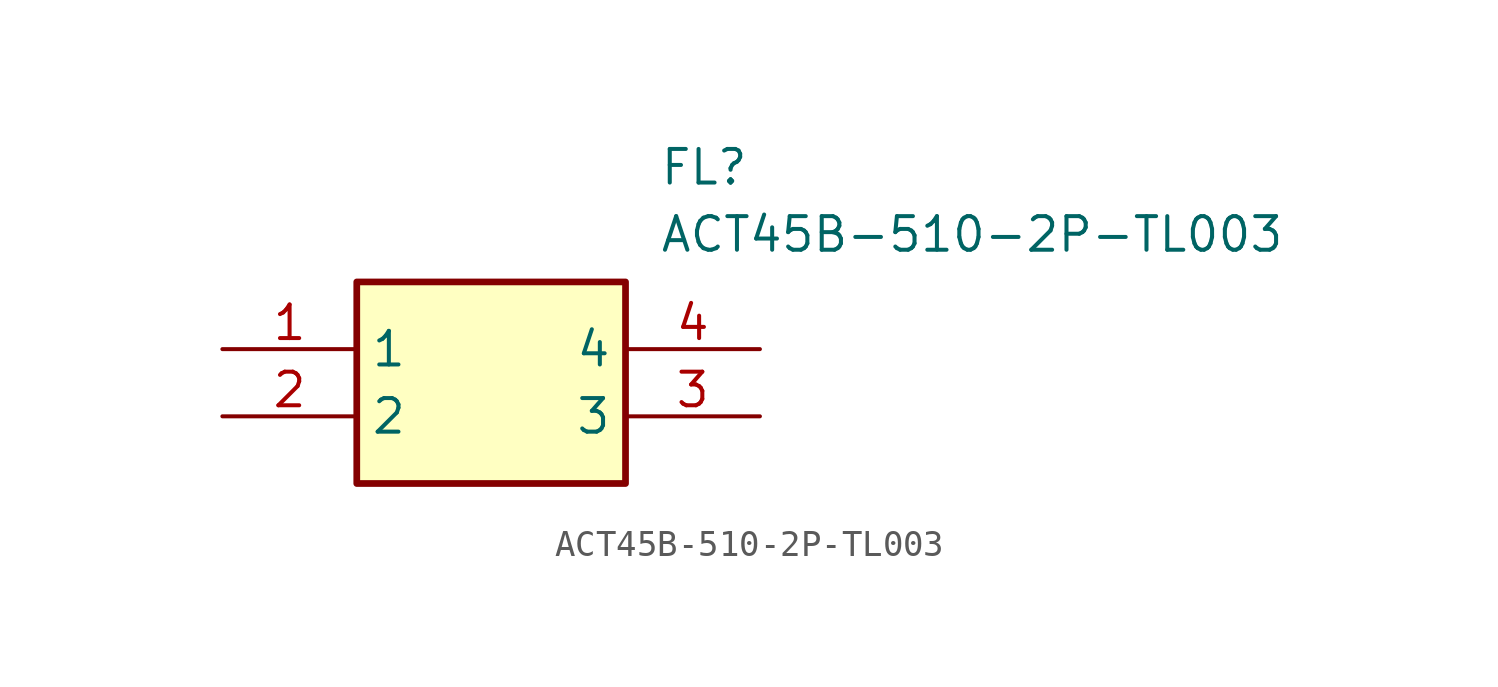
<source format=kicad_sym>
(kicad_symbol_lib
  (version 20211014)
  (generator SamacSys_ECAD_Model)
  (symbol "ACT45B-510-2P-TL003"
    (property "Reference" "FL"
      (at 16.51 7.62 0)
      (effects (font (size 1.27 1.27)) (justify left top)))
    (property "Value" "ACT45B-510-2P-TL003"
      (at 16.51 5.08 0)
      (effects (font (size 1.27 1.27)) (justify left top)))
    (rectangle
      (start 5.08 2.54)
      (end 15.24 -5.08)
      (stroke (width 0.254) (type default))
      (fill (type background)))
    (pin passive line
      (at 0 0 0)
      (length 5.08)
      (name "1" (effects (font (size 1.27 1.27))))
      (number "1" (effects (font (size 1.27 1.27)))))
    (pin passive line
      (at 0 -2.54 0)
      (length 5.08)
      (name "2" (effects (font (size 1.27 1.27))))
      (number "2" (effects (font (size 1.27 1.27)))))
    (pin passive line
      (at 20.32 -2.54 180)
      (length 5.08)
      (name "3" (effects (font (size 1.27 1.27))))
      (number "3" (effects (font (size 1.27 1.27)))))
    (pin passive line
      (at 20.32 0 180)
      (length 5.08)
      (name "4" (effects (font (size 1.27 1.27))))
      (number "4" (effects (font (size 1.27 1.27)))))))
</source>
